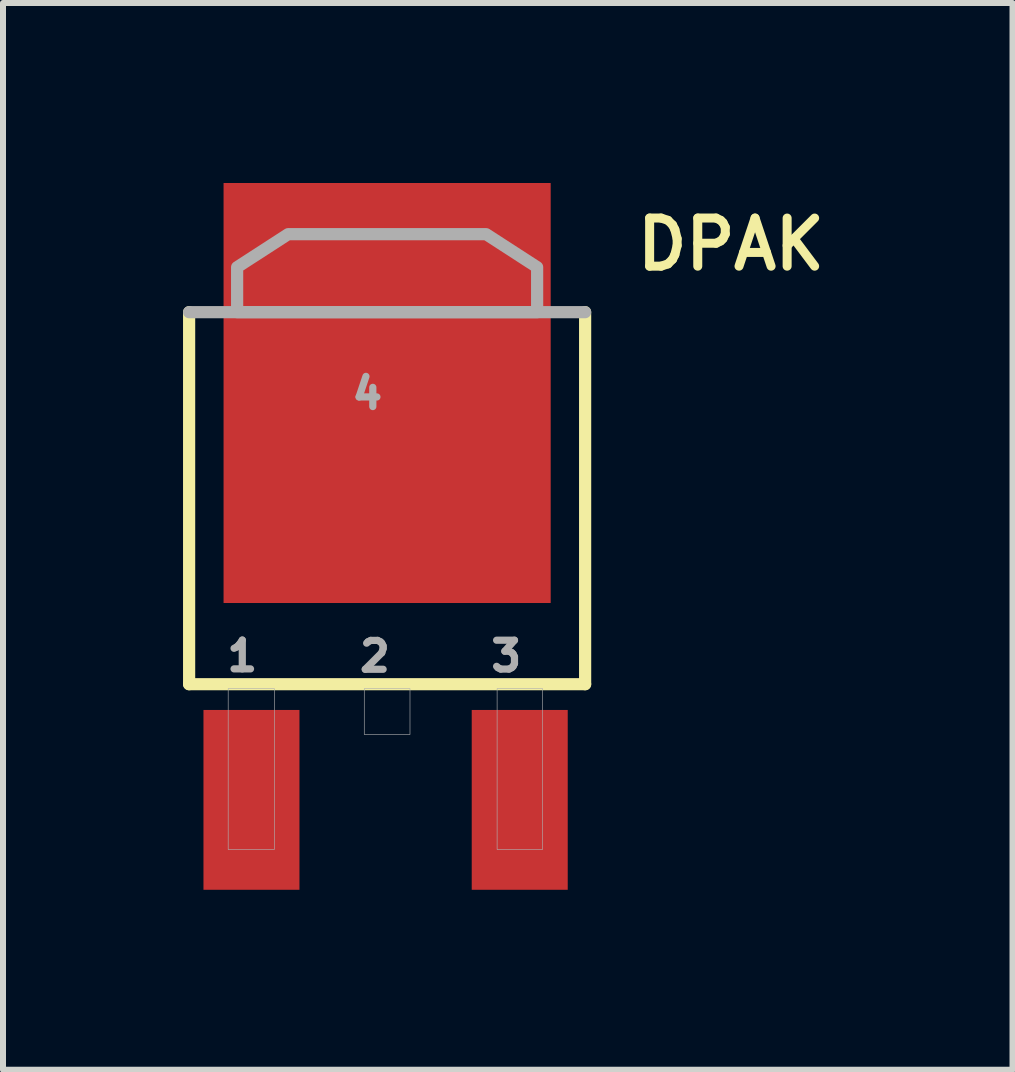
<source format=kicad_pcb>
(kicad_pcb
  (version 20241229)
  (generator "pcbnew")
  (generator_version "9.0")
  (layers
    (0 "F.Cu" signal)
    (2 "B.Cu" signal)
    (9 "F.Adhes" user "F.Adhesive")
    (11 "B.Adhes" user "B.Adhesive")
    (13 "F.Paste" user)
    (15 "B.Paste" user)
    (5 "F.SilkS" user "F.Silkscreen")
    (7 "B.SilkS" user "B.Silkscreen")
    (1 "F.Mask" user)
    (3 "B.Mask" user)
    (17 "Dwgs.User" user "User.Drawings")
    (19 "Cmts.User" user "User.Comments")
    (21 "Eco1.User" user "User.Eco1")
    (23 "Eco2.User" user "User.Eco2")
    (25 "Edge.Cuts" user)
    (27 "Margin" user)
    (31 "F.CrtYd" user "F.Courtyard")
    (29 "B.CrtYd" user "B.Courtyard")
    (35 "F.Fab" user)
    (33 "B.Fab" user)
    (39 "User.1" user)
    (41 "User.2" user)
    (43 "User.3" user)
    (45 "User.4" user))
  (footprint "DPAK"
    (layer "F.Cu")
    (at 3.402 5.353)
    (property "Reference" "DPAK" (at 5.731 -4.33 0) (layer "F.SilkS") (effects (font (size 0.802 0.802) (thickness 0.15))))
    (attr smd)
    (fp_line (start -3.3 -3.2) (end -3.3 3) (stroke (width 0.203) (type solid)) (layer "F.SilkS"))
    (fp_line (start 3.3 3) (end -3.3 3) (stroke (width 0.203) (type solid)) (layer "F.SilkS"))
    (fp_line (start 3.3 3) (end 3.3 -3.2) (stroke (width 0.203) (type solid)) (layer "F.SilkS"))
    (fp_line (start 3.3 -3.2) (end -3.3 -3.2) (stroke (width 0.203) (type solid)) (layer "F.Fab"))
    (fp_poly (pts (xy -2.649 3.073) (xy -1.88 3.073) (xy -1.88 5.756) (xy -2.649 5.756)) (stroke (width 0.01) (type solid)) (fill no) (layer "F.Fab"))
    (fp_poly (pts (xy -0.381 3.073) (xy 0.381 3.073) (xy 0.381 3.839) (xy -0.381 3.839)) (stroke (width 0.01) (type solid)) (fill no) (layer "F.Fab"))
    (fp_poly (pts (xy 1.833 3.073) (xy 2.591 3.073) (xy 2.591 5.755) (xy 1.833 5.755)) (stroke (width 0.01) (type solid)) (fill no) (layer "F.Fab"))
    (fp_poly (pts (xy -2.5 -3.2) (xy -2.5 -3.95) (xy -1.65 -4.5) (xy 1.65 -4.5) (xy 2.5 -3.95) (xy 2.5 -3.2)) (stroke (width 0.203) (type solid)) (fill no) (layer "F.Fab"))
    (fp_text user "3" (at 1.985 2.532 0) (layer "F.Fab") (effects (font (size 0.481 0.481) (thickness 0.15))))
    (fp_text user "1" (at -2.414 2.529 0) (layer "F.Fab") (effects (font (size 0.48 0.48) (thickness 0.15))))
    (fp_text user "2" (at -0.204 2.535 0) (layer "F.Fab") (effects (font (size 0.481 0.481) (thickness 0.15))))
    (fp_text user "4" (at -0.33 -1.843 0) (layer "F.Fab") (effects (font (size 0.48 0.48) (thickness 0.15))))
    (pad "1" smd rect (at -2.261 4.928) (size 1.6 2.997) (layers "F.Cu" "F.Mask" "F.Paste"))
    (pad "3" smd rect (at 2.21 4.928) (size 1.6 2.997) (layers "F.Cu" "F.Mask" "F.Paste"))
    (pad "4" smd rect (at 0 -1.853) (size 5.452 7) (layers "F.Cu" "F.Mask" "F.Paste")))
  (gr_rect
    (start -3 -3)
    (end 13.825 14.779)
    (stroke (width 0.1) (type default))
    (fill no)
    (layer "Edge.Cuts")))
</source>
